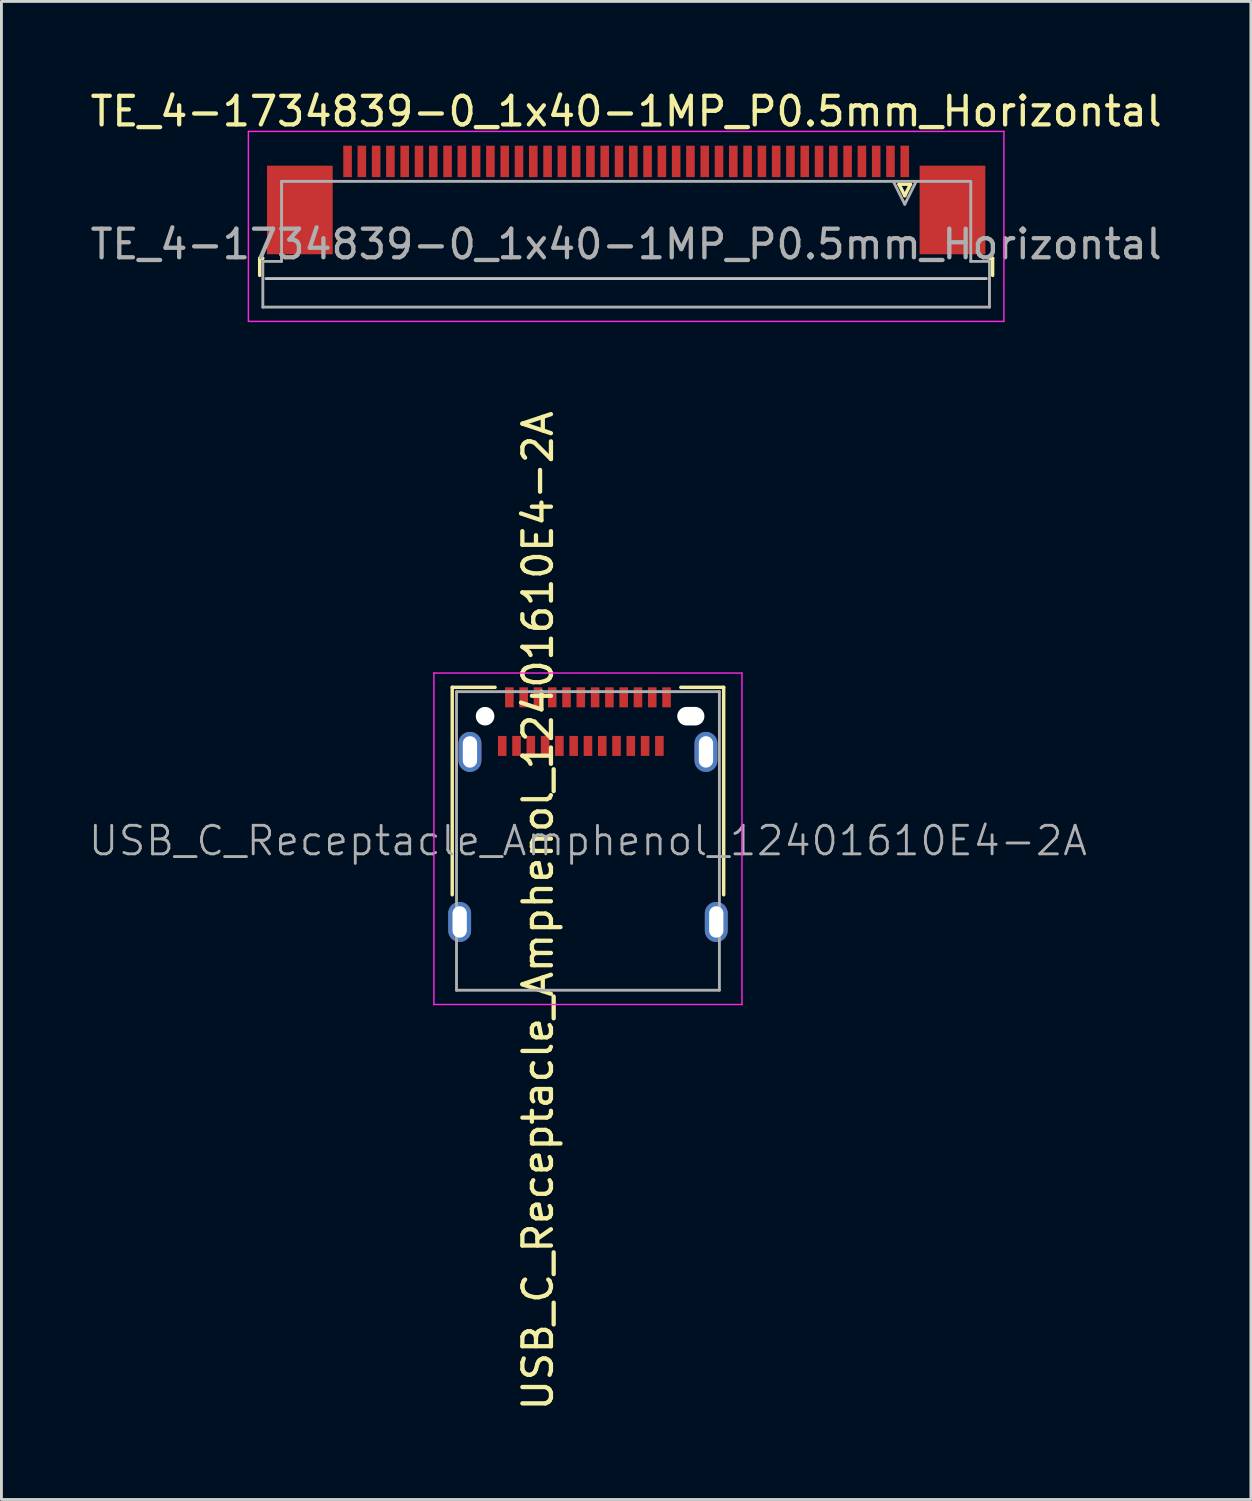
<source format=kicad_pcb>
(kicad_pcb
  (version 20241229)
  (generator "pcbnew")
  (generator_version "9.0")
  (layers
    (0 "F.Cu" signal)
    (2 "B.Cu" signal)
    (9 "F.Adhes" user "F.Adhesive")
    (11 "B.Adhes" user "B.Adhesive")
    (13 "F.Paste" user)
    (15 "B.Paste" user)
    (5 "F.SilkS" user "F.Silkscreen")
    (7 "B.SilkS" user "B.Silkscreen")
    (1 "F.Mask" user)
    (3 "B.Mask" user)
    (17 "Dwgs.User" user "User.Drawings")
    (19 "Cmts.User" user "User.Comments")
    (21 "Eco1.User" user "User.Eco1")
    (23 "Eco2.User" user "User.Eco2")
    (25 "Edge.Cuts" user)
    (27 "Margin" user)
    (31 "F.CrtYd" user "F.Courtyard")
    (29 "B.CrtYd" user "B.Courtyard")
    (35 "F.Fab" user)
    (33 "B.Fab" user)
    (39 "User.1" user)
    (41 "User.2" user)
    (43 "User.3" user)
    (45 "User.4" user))
  (footprint "TE_4-1734839-0_1x40-1MP_P0.5mm_Horizontal"
    (layer "F.Cu")
    (at 18.863 3.948)
    (property "Reference" "TE_4-1734839-0_1x40-1MP_P0.5mm_Horizontal" (at 0 -3.1 0) (layer "F.SilkS") (effects (font (size 1 1) (thickness 0.15))))
    (attr smd)
    (fp_line (start -12.825 2.04) (end -12.825 2.64) (stroke (width 0.12) (type solid)) (layer "F.SilkS"))
    (fp_line (start -12.715 2.04) (end -12.825 2.04) (stroke (width 0.12) (type solid)) (layer "F.SilkS"))
    (fp_line (start 9.55 -0.55) (end 9.95 -0.55) (stroke (width 0.12) (type solid)) (layer "F.SilkS"))
    (fp_line (start 9.75 -0.15) (end 9.55 -0.55) (stroke (width 0.12) (type solid)) (layer "F.SilkS"))
    (fp_line (start 9.95 -0.55) (end 9.75 -0.15) (stroke (width 0.12) (type solid)) (layer "F.SilkS"))
    (fp_line (start 12.715 2.04) (end 12.825 2.04) (stroke (width 0.12) (type solid)) (layer "F.SilkS"))
    (fp_line (start 12.825 2.04) (end 12.825 2.64) (stroke (width 0.12) (type solid)) (layer "F.SilkS"))
    (fp_line (start -12.605 2.75) (end 12.605 2.75) (stroke (width 0.1) (type solid)) (layer "Dwgs.User"))
    (fp_line (start -13.22 -2.4) (end 13.22 -2.4) (stroke (width 0.05) (type solid)) (layer "F.CrtYd"))
    (fp_line (start -13.22 4.25) (end -13.22 -2.4) (stroke (width 0.05) (type solid)) (layer "F.CrtYd"))
    (fp_line (start 13.22 -2.4) (end 13.22 4.25) (stroke (width 0.05) (type solid)) (layer "F.CrtYd"))
    (fp_line (start 13.22 4.25) (end -13.22 4.25) (stroke (width 0.05) (type solid)) (layer "F.CrtYd"))
    (fp_line (start -12.715 2.15) (end -12.715 3.75) (stroke (width 0.1) (type solid)) (layer "F.Fab"))
    (fp_line (start -12.715 3.75) (end 12.715 3.75) (stroke (width 0.1) (type solid)) (layer "F.Fab"))
    (fp_line (start -12.06 -0.65) (end -12.06 2.15) (stroke (width 0.1) (type solid)) (layer "F.Fab"))
    (fp_line (start -12.06 2.15) (end -12.715 2.15) (stroke (width 0.1) (type solid)) (layer "F.Fab"))
    (fp_line (start 9.75 0.15) (end 9.35 -0.65) (stroke (width 0.1) (type solid)) (layer "F.Fab"))
    (fp_line (start 10.15 -0.65) (end 9.75 0.15) (stroke (width 0.1) (type solid)) (layer "F.Fab"))
    (fp_line (start 12.06 -0.65) (end -12.06 -0.65) (stroke (width 0.1) (type solid)) (layer "F.Fab"))
    (fp_line (start 12.06 2.15) (end 12.06 -0.65) (stroke (width 0.1) (type solid)) (layer "F.Fab"))
    (fp_line (start 12.715 2.15) (end 12.06 2.15) (stroke (width 0.1) (type solid)) (layer "F.Fab"))
    (fp_line (start 12.715 3.75) (end 12.715 2.15) (stroke (width 0.1) (type solid)) (layer "F.Fab"))
    (fp_text user "${REFERENCE}" (at 0 1.55 0) (layer "F.Fab") (effects (font (size 1 1) (thickness 0.15))))
    (pad "1" smd rect (at 9.75 -1.35) (size 0.3 1.1) (layers "F.Cu" "F.Mask" "F.Paste"))
    (pad "2" smd rect (at 9.25 -1.35) (size 0.3 1.1) (layers "F.Cu" "F.Mask" "F.Paste"))
    (pad "3" smd rect (at 8.75 -1.35) (size 0.3 1.1) (layers "F.Cu" "F.Mask" "F.Paste"))
    (pad "4" smd rect (at 8.25 -1.35) (size 0.3 1.1) (layers "F.Cu" "F.Mask" "F.Paste"))
    (pad "5" smd rect (at 7.75 -1.35) (size 0.3 1.1) (layers "F.Cu" "F.Mask" "F.Paste"))
    (pad "6" smd rect (at 7.25 -1.35) (size 0.3 1.1) (layers "F.Cu" "F.Mask" "F.Paste"))
    (pad "7" smd rect (at 6.75 -1.35) (size 0.3 1.1) (layers "F.Cu" "F.Mask" "F.Paste"))
    (pad "8" smd rect (at 6.25 -1.35) (size 0.3 1.1) (layers "F.Cu" "F.Mask" "F.Paste"))
    (pad "9" smd rect (at 5.75 -1.35) (size 0.3 1.1) (layers "F.Cu" "F.Mask" "F.Paste"))
    (pad "10" smd rect (at 5.25 -1.35) (size 0.3 1.1) (layers "F.Cu" "F.Mask" "F.Paste"))
    (pad "11" smd rect (at 4.75 -1.35) (size 0.3 1.1) (layers "F.Cu" "F.Mask" "F.Paste"))
    (pad "12" smd rect (at 4.25 -1.35) (size 0.3 1.1) (layers "F.Cu" "F.Mask" "F.Paste"))
    (pad "13" smd rect (at 3.75 -1.35) (size 0.3 1.1) (layers "F.Cu" "F.Mask" "F.Paste"))
    (pad "14" smd rect (at 3.25 -1.35) (size 0.3 1.1) (layers "F.Cu" "F.Mask" "F.Paste"))
    (pad "15" smd rect (at 2.75 -1.35) (size 0.3 1.1) (layers "F.Cu" "F.Mask" "F.Paste"))
    (pad "16" smd rect (at 2.25 -1.35) (size 0.3 1.1) (layers "F.Cu" "F.Mask" "F.Paste"))
    (pad "17" smd rect (at 1.75 -1.35) (size 0.3 1.1) (layers "F.Cu" "F.Mask" "F.Paste"))
    (pad "18" smd rect (at 1.25 -1.35) (size 0.3 1.1) (layers "F.Cu" "F.Mask" "F.Paste"))
    (pad "19" smd rect (at 0.75 -1.35) (size 0.3 1.1) (layers "F.Cu" "F.Mask" "F.Paste"))
    (pad "20" smd rect (at 0.25 -1.35) (size 0.3 1.1) (layers "F.Cu" "F.Mask" "F.Paste"))
    (pad "21" smd rect (at -0.25 -1.35) (size 0.3 1.1) (layers "F.Cu" "F.Mask" "F.Paste"))
    (pad "22" smd rect (at -0.75 -1.35) (size 0.3 1.1) (layers "F.Cu" "F.Mask" "F.Paste"))
    (pad "23" smd rect (at -1.25 -1.35) (size 0.3 1.1) (layers "F.Cu" "F.Mask" "F.Paste"))
    (pad "24" smd rect (at -1.75 -1.35) (size 0.3 1.1) (layers "F.Cu" "F.Mask" "F.Paste"))
    (pad "25" smd rect (at -2.25 -1.35) (size 0.3 1.1) (layers "F.Cu" "F.Mask" "F.Paste"))
    (pad "26" smd rect (at -2.75 -1.35) (size 0.3 1.1) (layers "F.Cu" "F.Mask" "F.Paste"))
    (pad "27" smd rect (at -3.25 -1.35) (size 0.3 1.1) (layers "F.Cu" "F.Mask" "F.Paste"))
    (pad "28" smd rect (at -3.75 -1.35) (size 0.3 1.1) (layers "F.Cu" "F.Mask" "F.Paste"))
    (pad "29" smd rect (at -4.25 -1.35) (size 0.3 1.1) (layers "F.Cu" "F.Mask" "F.Paste"))
    (pad "30" smd rect (at -4.75 -1.35) (size 0.3 1.1) (layers "F.Cu" "F.Mask" "F.Paste"))
    (pad "31" smd rect (at -5.25 -1.35) (size 0.3 1.1) (layers "F.Cu" "F.Mask" "F.Paste"))
    (pad "32" smd rect (at -5.75 -1.35) (size 0.3 1.1) (layers "F.Cu" "F.Mask" "F.Paste"))
    (pad "33" smd rect (at -6.25 -1.35) (size 0.3 1.1) (layers "F.Cu" "F.Mask" "F.Paste"))
    (pad "34" smd rect (at -6.75 -1.35) (size 0.3 1.1) (layers "F.Cu" "F.Mask" "F.Paste"))
    (pad "35" smd rect (at -7.25 -1.35) (size 0.3 1.1) (layers "F.Cu" "F.Mask" "F.Paste"))
    (pad "36" smd rect (at -7.75 -1.35) (size 0.3 1.1) (layers "F.Cu" "F.Mask" "F.Paste"))
    (pad "37" smd rect (at -8.25 -1.35) (size 0.3 1.1) (layers "F.Cu" "F.Mask" "F.Paste"))
    (pad "38" smd rect (at -8.75 -1.35) (size 0.3 1.1) (layers "F.Cu" "F.Mask" "F.Paste"))
    (pad "39" smd rect (at -9.25 -1.35) (size 0.3 1.1) (layers "F.Cu" "F.Mask" "F.Paste"))
    (pad "40" smd rect (at -9.75 -1.35) (size 0.3 1.1) (layers "F.Cu" "F.Mask" "F.Paste"))
    (pad "MP" smd rect (at -11.42 0.35) (size 2.3 3.1) (layers "F.Cu" "F.Mask" "F.Paste"))
    (pad "MP" smd rect (at 11.42 0.35) (size 2.3 3.1) (layers "F.Cu" "F.Mask" "F.Paste")))
  (footprint "USB_C_Receptacle_Amphenol_12401610E4-2A"
    (layer "F.Cu")
    (at 17.526 26.374)
    (property "Reference" "USB_C_Receptacle_Amphenol_12401610E4-2A" (at -1.75 2.45 270) (layer "F.SilkS") (effects (font (size 1 1) (thickness 0.15))))
    (attr smd)
    (fp_line (start -4.75 -5.37) (end -4.75 1.89) (stroke (width 0.12) (type solid)) (layer "F.SilkS"))
    (fp_line (start -4.75 -5.37) (end -3.25 -5.37) (stroke (width 0.12) (type solid)) (layer "F.SilkS"))
    (fp_line (start 3.25 -5.37) (end 4.75 -5.37) (stroke (width 0.12) (type solid)) (layer "F.SilkS"))
    (fp_line (start 4.75 -5.37) (end 4.75 1.89) (stroke (width 0.12) (type solid)) (layer "F.SilkS"))
    (fp_line (start -5.39 -5.87) (end 5.39 -5.87) (stroke (width 0.05) (type solid)) (layer "F.CrtYd"))
    (fp_line (start -5.39 5.73) (end -5.39 -5.87) (stroke (width 0.05) (type solid)) (layer "F.CrtYd"))
    (fp_line (start 5.39 -5.87) (end 5.39 5.73) (stroke (width 0.05) (type solid)) (layer "F.CrtYd"))
    (fp_line (start 5.39 5.73) (end -5.39 5.73) (stroke (width 0.05) (type solid)) (layer "F.CrtYd"))
    (fp_line (start -4.6 -5.22) (end 4.6 -5.22) (stroke (width 0.1) (type solid)) (layer "F.Fab"))
    (fp_line (start -4.6 5.23) (end -4.6 -5.22) (stroke (width 0.1) (type solid)) (layer "F.Fab"))
    (fp_line (start -4.6 5.23) (end 4.6 5.23) (stroke (width 0.1) (type solid)) (layer "F.Fab"))
    (fp_line (start 4.6 5.23) (end 4.6 -5.22) (stroke (width 0.1) (type solid)) (layer "F.Fab"))
    (fp_text user "${REFERENCE}" (at 0 0 180) (layer "F.Fab") (effects (font (size 1 1) (thickness 0.1))))
    (pad "" np_thru_hole circle (at -3.6 -4.36) (size 0.65 0.65) (drill 0.65) (layers "*.Cu" "*.Mask"))
    (pad "" np_thru_hole oval (at 3.6 -4.36) (size 0.95 0.65) (drill oval 0.95 0.65) (layers "*.Cu" "*.Mask"))
    (pad "A1" smd rect (at -2.75 -5.02) (size 0.3 0.7) (layers "F.Cu" "F.Mask" "F.Paste"))
    (pad "A2" smd rect (at -2.25 -5.02) (size 0.3 0.7) (layers "F.Cu" "F.Mask" "F.Paste"))
    (pad "A3" smd rect (at -1.75 -5.02) (size 0.3 0.7) (layers "F.Cu" "F.Mask" "F.Paste"))
    (pad "A4" smd rect (at -1.25 -5.02) (size 0.3 0.7) (layers "F.Cu" "F.Mask" "F.Paste"))
    (pad "A5" smd rect (at -0.75 -5.02) (size 0.3 0.7) (layers "F.Cu" "F.Mask" "F.Paste"))
    (pad "A6" smd rect (at -0.25 -5.02) (size 0.3 0.7) (layers "F.Cu" "F.Mask" "F.Paste"))
    (pad "A7" smd rect (at 0.25 -5.02) (size 0.3 0.7) (layers "F.Cu" "F.Mask" "F.Paste"))
    (pad "A8" smd rect (at 0.75 -5.02) (size 0.3 0.7) (layers "F.Cu" "F.Mask" "F.Paste"))
    (pad "A9" smd rect (at 1.25 -5.02) (size 0.3 0.7) (layers "F.Cu" "F.Mask" "F.Paste"))
    (pad "A10" smd rect (at 1.75 -5.02) (size 0.3 0.7) (layers "F.Cu" "F.Mask" "F.Paste"))
    (pad "A11" smd rect (at 2.25 -5.02) (size 0.3 0.7) (layers "F.Cu" "F.Mask" "F.Paste"))
    (pad "A12" smd rect (at 2.75 -5.02) (size 0.3 0.7) (layers "F.Cu" "F.Mask" "F.Paste"))
    (pad "B1" smd rect (at 2.5 -3.32) (size 0.3 0.7) (layers "F.Cu" "F.Mask" "F.Paste"))
    (pad "B2" smd rect (at 2 -3.32) (size 0.3 0.7) (layers "F.Cu" "F.Mask" "F.Paste"))
    (pad "B3" smd rect (at 1.5 -3.32) (size 0.3 0.7) (layers "F.Cu" "F.Mask" "F.Paste"))
    (pad "B4" smd rect (at 1 -3.32) (size 0.3 0.7) (layers "F.Cu" "F.Mask" "F.Paste"))
    (pad "B5" smd rect (at 0.5 -3.32) (size 0.3 0.7) (layers "F.Cu" "F.Mask" "F.Paste"))
    (pad "B6" smd rect (at 0 -3.32) (size 0.3 0.7) (layers "F.Cu" "F.Mask" "F.Paste"))
    (pad "B7" smd rect (at -0.5 -3.32) (size 0.3 0.7) (layers "F.Cu" "F.Mask" "F.Paste"))
    (pad "B8" smd rect (at -1 -3.32) (size 0.3 0.7) (layers "F.Cu" "F.Mask" "F.Paste"))
    (pad "B9" smd rect (at -1.5 -3.32) (size 0.3 0.7) (layers "F.Cu" "F.Mask" "F.Paste"))
    (pad "B10" smd rect (at -2 -3.32) (size 0.3 0.7) (layers "F.Cu" "F.Mask" "F.Paste"))
    (pad "B11" smd rect (at -2.5 -3.32) (size 0.3 0.7) (layers "F.Cu" "F.Mask" "F.Paste"))
    (pad "B12" smd rect (at -3 -3.32) (size 0.3 0.7) (layers "F.Cu" "F.Mask" "F.Paste"))
    (pad "S1" thru_hole oval (at -4.49 2.84) (size 0.8 1.4) (drill oval 0.5 1.1) (layers "*.Cu" "*.Mask"))
    (pad "S1" thru_hole oval (at -4.13 -3.11) (size 0.8 1.4) (drill oval 0.5 1.1) (layers "*.Cu" "*.Mask"))
    (pad "S1" thru_hole oval (at 4.13 -3.11) (size 0.8 1.4) (drill oval 0.5 1.1) (layers "*.Cu" "*.Mask"))
    (pad "S1" thru_hole oval (at 4.49 2.84) (size 0.8 1.4) (drill oval 0.5 1.1) (layers "*.Cu" "*.Mask")))
  (gr_rect
    (start -3 -3)
    (end 40.726 49.426)
    (stroke (width 0.1) (type default))
    (fill no)
    (layer "Edge.Cuts")))
</source>
